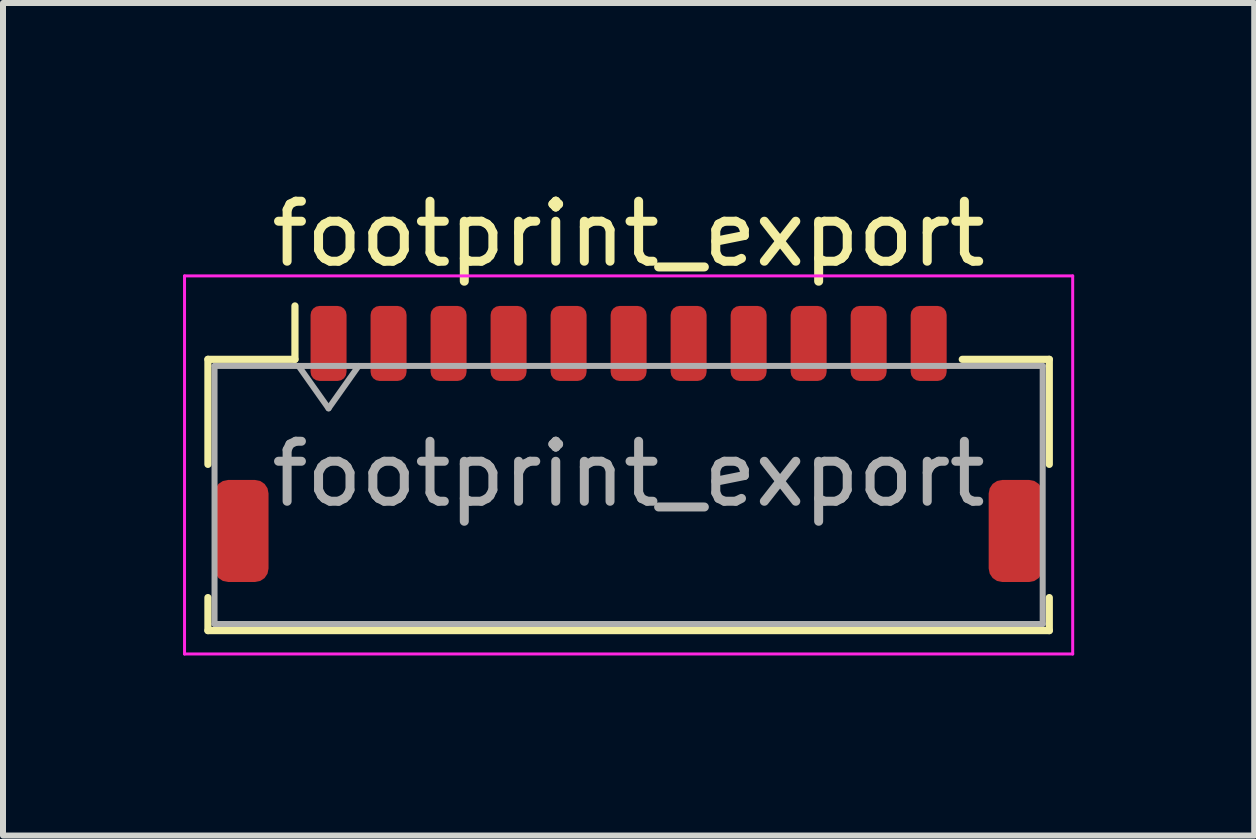
<source format=kicad_pcb>
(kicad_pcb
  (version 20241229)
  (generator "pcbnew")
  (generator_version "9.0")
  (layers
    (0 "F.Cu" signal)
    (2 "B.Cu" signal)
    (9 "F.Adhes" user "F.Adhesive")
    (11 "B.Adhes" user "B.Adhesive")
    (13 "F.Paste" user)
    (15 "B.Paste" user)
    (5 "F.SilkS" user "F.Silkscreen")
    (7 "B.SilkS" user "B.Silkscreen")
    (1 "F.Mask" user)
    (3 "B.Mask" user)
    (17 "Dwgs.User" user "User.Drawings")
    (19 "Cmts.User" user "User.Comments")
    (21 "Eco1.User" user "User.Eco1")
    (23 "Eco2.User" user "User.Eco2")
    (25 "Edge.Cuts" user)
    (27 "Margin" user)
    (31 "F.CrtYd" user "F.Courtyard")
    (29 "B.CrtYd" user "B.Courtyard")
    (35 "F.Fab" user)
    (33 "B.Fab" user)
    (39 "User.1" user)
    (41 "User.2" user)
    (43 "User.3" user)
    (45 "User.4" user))
  (footprint "footprint_export"
    (layer "F.Cu")
    (at 7.425 4.348)
    (property "Reference" "footprint_export" (at 0 -3.5 0) (layer "F.SilkS") (effects (font (size 1 1) (thickness 0.15))))
    (attr smd)
    (fp_line (start -7.01 -1.41) (end -5.56 -1.41) (stroke (width 0.12) (type solid)) (layer "F.SilkS"))
    (fp_line (start -7.01 0.34) (end -7.01 -1.41) (stroke (width 0.12) (type solid)) (layer "F.SilkS"))
    (fp_line (start -7.01 2.56) (end -7.01 3.11) (stroke (width 0.12) (type solid)) (layer "F.SilkS"))
    (fp_line (start -7.01 3.11) (end 7.01 3.11) (stroke (width 0.12) (type solid)) (layer "F.SilkS"))
    (fp_line (start -5.56 -1.41) (end -5.56 -2.3) (stroke (width 0.12) (type solid)) (layer "F.SilkS"))
    (fp_line (start 7.01 -1.41) (end 5.56 -1.41) (stroke (width 0.12) (type solid)) (layer "F.SilkS"))
    (fp_line (start 7.01 0.34) (end 7.01 -1.41) (stroke (width 0.12) (type solid)) (layer "F.SilkS"))
    (fp_line (start 7.01 3.11) (end 7.01 2.56) (stroke (width 0.12) (type solid)) (layer "F.SilkS"))
    (fp_line (start -7.4 -2.8) (end -7.4 3.5) (stroke (width 0.05) (type solid)) (layer "F.CrtYd"))
    (fp_line (start -7.4 3.5) (end 7.4 3.5) (stroke (width 0.05) (type solid)) (layer "F.CrtYd"))
    (fp_line (start 7.4 -2.8) (end -7.4 -2.8) (stroke (width 0.05) (type solid)) (layer "F.CrtYd"))
    (fp_line (start 7.4 3.5) (end 7.4 -2.8) (stroke (width 0.05) (type solid)) (layer "F.CrtYd"))
    (fp_line (start -6.9 -1.3) (end -6.9 3) (stroke (width 0.1) (type solid)) (layer "F.Fab"))
    (fp_line (start -6.9 -1.3) (end 6.9 -1.3) (stroke (width 0.1) (type solid)) (layer "F.Fab"))
    (fp_line (start -6.9 3) (end 6.9 3) (stroke (width 0.1) (type solid)) (layer "F.Fab"))
    (fp_line (start -5.5 -1.3) (end -5 -0.593) (stroke (width 0.1) (type solid)) (layer "F.Fab"))
    (fp_line (start -5 -0.593) (end -4.5 -1.3) (stroke (width 0.1) (type solid)) (layer "F.Fab"))
    (fp_line (start 6.9 -1.3) (end 6.9 3) (stroke (width 0.1) (type solid)) (layer "F.Fab"))
    (fp_text user "${REFERENCE}" (at 0 0.5 0) (layer "F.Fab") (effects (font (size 1 1) (thickness 0.15))))
    (pad "1" smd roundrect (at -5 -1.675) (size 0.6 1.25) (layers "F.Cu" "F.Mask" "F.Paste") (roundrect_rratio 0.25))
    (pad "2" smd roundrect (at -4 -1.675) (size 0.6 1.25) (layers "F.Cu" "F.Mask" "F.Paste") (roundrect_rratio 0.25))
    (pad "3" smd roundrect (at -3 -1.675) (size 0.6 1.25) (layers "F.Cu" "F.Mask" "F.Paste") (roundrect_rratio 0.25))
    (pad "4" smd roundrect (at -2 -1.675) (size 0.6 1.25) (layers "F.Cu" "F.Mask" "F.Paste") (roundrect_rratio 0.25))
    (pad "5" smd roundrect (at -1 -1.675) (size 0.6 1.25) (layers "F.Cu" "F.Mask" "F.Paste") (roundrect_rratio 0.25))
    (pad "6" smd roundrect (at 0 -1.675) (size 0.6 1.25) (layers "F.Cu" "F.Mask" "F.Paste") (roundrect_rratio 0.25))
    (pad "7" smd roundrect (at 1 -1.675) (size 0.6 1.25) (layers "F.Cu" "F.Mask" "F.Paste") (roundrect_rratio 0.25))
    (pad "8" smd roundrect (at 2 -1.675) (size 0.6 1.25) (layers "F.Cu" "F.Mask" "F.Paste") (roundrect_rratio 0.25))
    (pad "9" smd roundrect (at 3 -1.675) (size 0.6 1.25) (layers "F.Cu" "F.Mask" "F.Paste") (roundrect_rratio 0.25))
    (pad "10" smd roundrect (at 4 -1.675) (size 0.6 1.25) (layers "F.Cu" "F.Mask" "F.Paste") (roundrect_rratio 0.25))
    (pad "11" smd roundrect (at 5 -1.675) (size 0.6 1.25) (layers "F.Cu" "F.Mask" "F.Paste") (roundrect_rratio 0.25))
    (pad "MP" smd roundrect (at -6.45 1.45) (size 0.9 1.7) (layers "F.Cu" "F.Mask" "F.Paste") (roundrect_rratio 0.25))
    (pad "MP" smd roundrect (at 6.45 1.45) (size 0.9 1.7) (layers "F.Cu" "F.Mask" "F.Paste") (roundrect_rratio 0.25)))
  (gr_rect
    (start -3 -3)
    (end 17.85 10.873)
    (stroke (width 0.1) (type default))
    (fill no)
    (layer "Edge.Cuts")))
</source>
